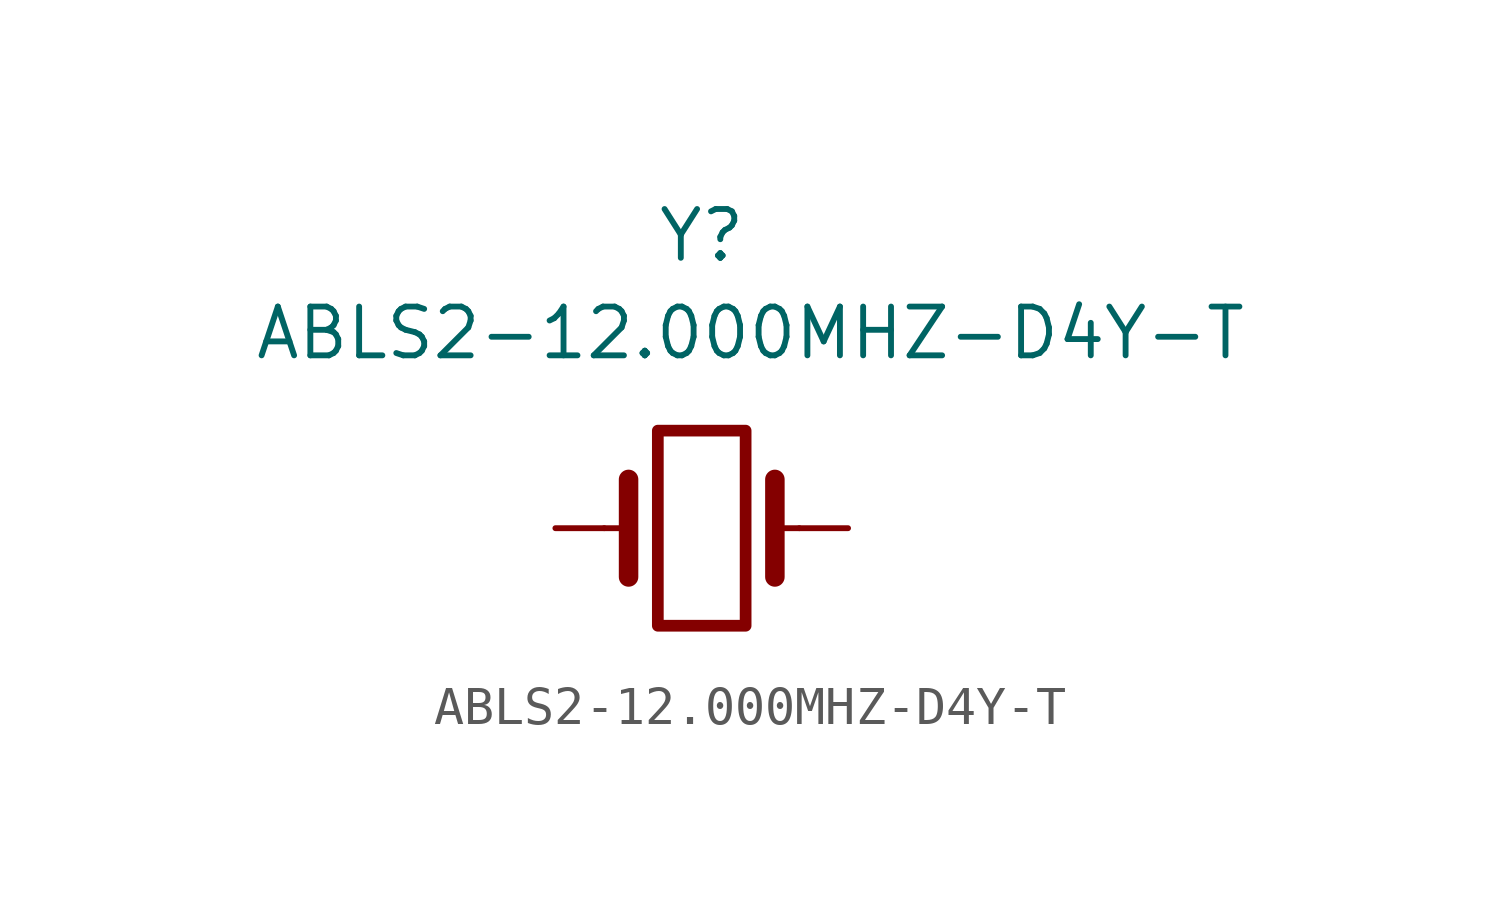
<source format=kicad_sym>
(kicad_symbol_lib
  (version 20220914)
  (generator kicad_symbol_editor)
  (symbol "ABLS2-12.000MHZ-D4Y-T"
    (pin_numbers hide)
    (pin_names
      (offset 1.016) hide)
    (property "Reference" "Y"
      (at 0 7.62 0)
      (effects (font (size 1.27 1.27))))
    (property "Value" "ABLS2-12.000MHZ-D4Y-T"
      (at 1.27 5.08 0)
      (effects (font (size 1.27 1.27))))
    (symbol "ABLS2-12.000MHZ-D4Y-T_1_1"
      (rectangle (start -1.143 2.54) (end 1.143 -2.54) (stroke (width 0.305) (type default)) (fill (type none)))
      (polyline (pts (xy -2.54 0) (xy -1.905 0)) (stroke (width 0) (type default)) (fill (type none)))
      (polyline (pts (xy -1.905 -1.27) (xy -1.905 1.27)) (stroke (width 0.508) (type default)) (fill (type none)))
      (polyline (pts (xy 1.905 -1.27) (xy 1.905 1.27)) (stroke (width 0.508) (type default)) (fill (type none)))
      (polyline (pts (xy 2.54 0) (xy 1.905 0)) (stroke (width 0) (type default)) (fill (type none)))
      (pin passive line (at -3.81 0 0) (length 1.27) (name "1" (effects (font (size 1.27 1.27)))) (number "1" (effects (font (size 1.27 1.27)))))
      (pin passive line (at 3.81 0 180) (length 1.27) (name "2" (effects (font (size 1.27 1.27)))) (number "2" (effects (font (size 1.27 1.27))))))))
</source>
